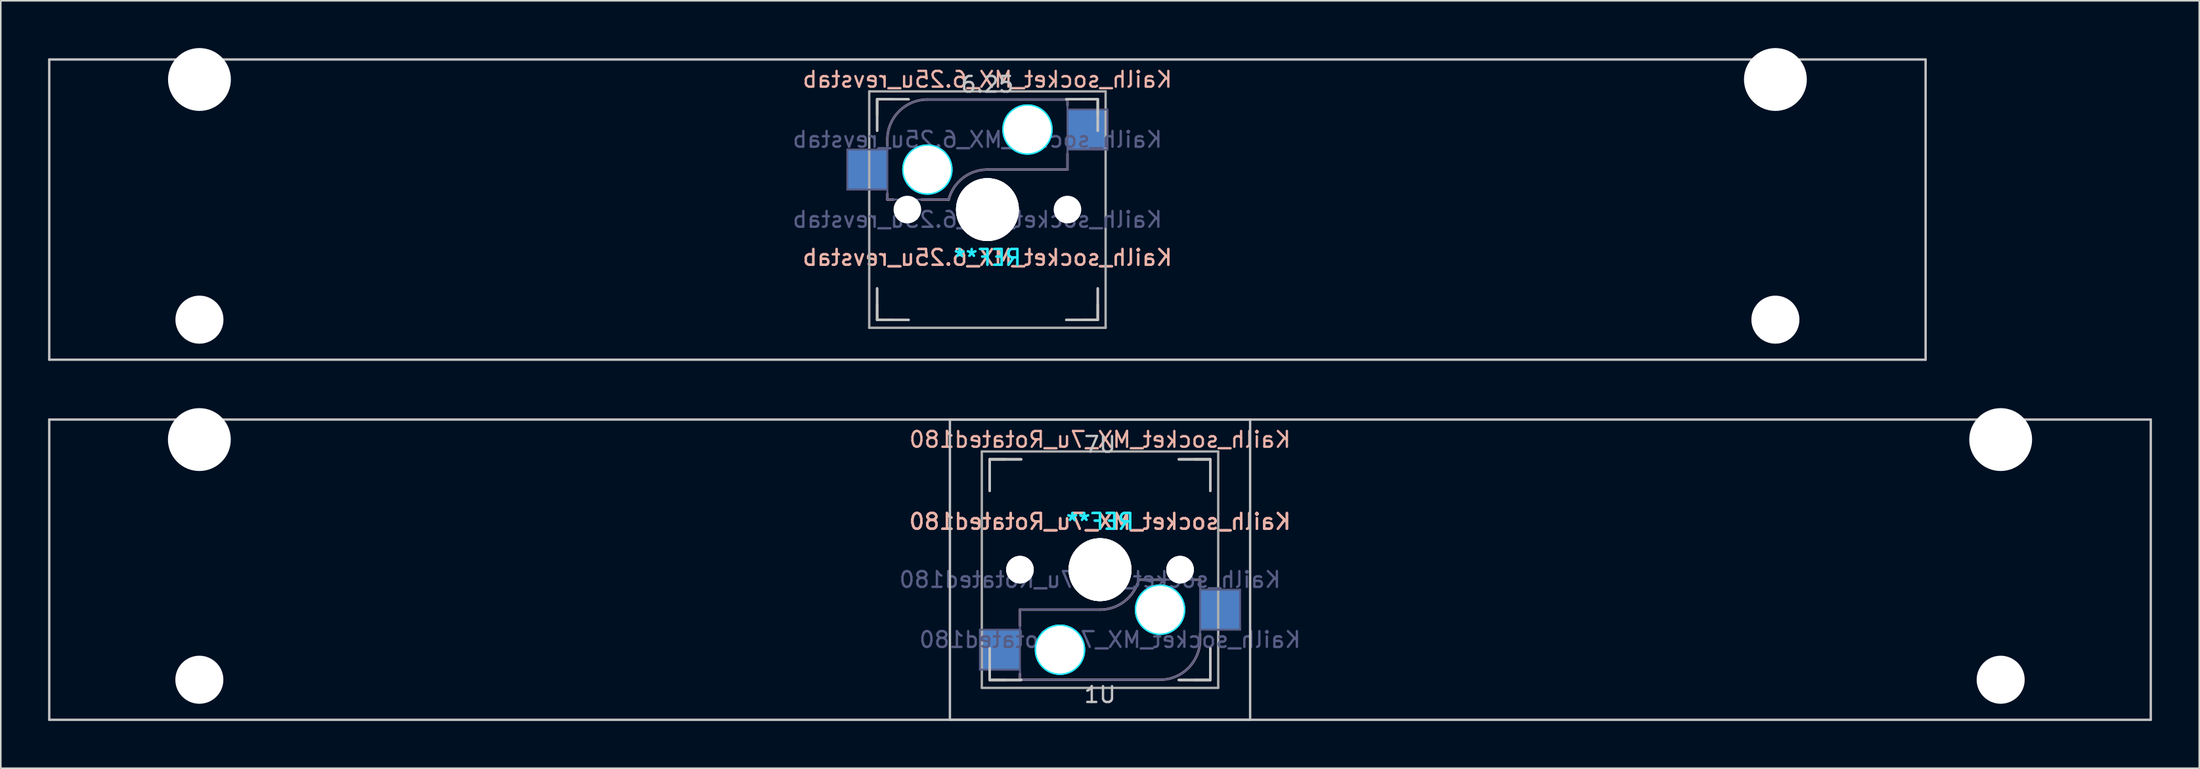
<source format=kicad_pcb>
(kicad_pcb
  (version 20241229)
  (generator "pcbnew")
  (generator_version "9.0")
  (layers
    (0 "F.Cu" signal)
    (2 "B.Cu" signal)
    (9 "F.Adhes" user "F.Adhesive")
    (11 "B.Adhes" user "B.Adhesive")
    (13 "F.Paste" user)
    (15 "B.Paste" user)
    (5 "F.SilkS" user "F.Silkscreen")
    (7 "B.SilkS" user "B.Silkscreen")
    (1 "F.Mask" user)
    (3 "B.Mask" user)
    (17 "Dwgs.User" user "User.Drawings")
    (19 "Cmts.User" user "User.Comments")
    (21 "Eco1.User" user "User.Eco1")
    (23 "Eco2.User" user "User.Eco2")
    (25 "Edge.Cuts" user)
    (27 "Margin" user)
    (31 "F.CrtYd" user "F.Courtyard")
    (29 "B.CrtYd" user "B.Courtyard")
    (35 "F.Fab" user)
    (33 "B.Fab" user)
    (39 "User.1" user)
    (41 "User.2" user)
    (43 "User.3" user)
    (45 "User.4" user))
  (footprint "Kailh_socket_MX_6.25u_revstab"
    (layer "F.Cu")
    (at 59.606 10.249)
    (property "Reference" "Kailh_socket_MX_6.25u_revstab" (at 0 -8.255 0) (layer "B.SilkS") (effects (font (size 1 1) (thickness 0.15)) (justify mirror)))
    (property "Value" "Kailh_socket_MX_6.25u_revstab" (at 0 8.255 0) (layer "F.Fab") (hide yes) (effects (font (size 1 1) (thickness 0.15))))
    (attr smd)
    (fp_line (start -7 -6) (end -7 -7) (stroke (width 0.15) (type solid)) (layer "F.SilkS"))
    (fp_line (start -7 7) (end -7 6) (stroke (width 0.15) (type solid)) (layer "F.SilkS"))
    (fp_line (start -7 7) (end -6 7) (stroke (width 0.15) (type solid)) (layer "F.SilkS"))
    (fp_line (start -6 -7) (end -7 -7) (stroke (width 0.15) (type solid)) (layer "F.SilkS"))
    (fp_line (start 6 7) (end 7 7) (stroke (width 0.15) (type solid)) (layer "F.SilkS"))
    (fp_line (start 7 -7) (end 6 -7) (stroke (width 0.15) (type solid)) (layer "F.SilkS"))
    (fp_line (start 7 -7) (end 7 -6) (stroke (width 0.15) (type solid)) (layer "F.SilkS"))
    (fp_line (start 7 6) (end 7 7) (stroke (width 0.15) (type solid)) (layer "F.SilkS"))
    (fp_line (start -6.35 -4.445) (end -6.35 -4.064) (stroke (width 0.15) (type solid)) (layer "B.SilkS"))
    (fp_line (start -6.35 -1.016) (end -6.35 -0.635) (stroke (width 0.15) (type solid)) (layer "B.SilkS"))
    (fp_line (start -5.969 -0.635) (end -6.35 -0.635) (stroke (width 0.15) (type solid)) (layer "B.SilkS"))
    (fp_line (start -3.81 -6.985) (end 5.08 -6.985) (stroke (width 0.15) (type solid)) (layer "B.SilkS"))
    (fp_line (start -2.464 -0.635) (end -4.191 -0.635) (stroke (width 0.15) (type solid)) (layer "B.SilkS"))
    (fp_line (start 5.08 -6.985) (end 5.08 -6.604) (stroke (width 0.15) (type solid)) (layer "B.SilkS"))
    (fp_line (start 5.08 -3.556) (end 5.08 -2.54) (stroke (width 0.15) (type solid)) (layer "B.SilkS"))
    (fp_line (start 5.08 -2.54) (end 0 -2.54) (stroke (width 0.15) (type solid)) (layer "B.SilkS"))
    (fp_arc (start -6.35 -4.445) (mid -5.606051 -6.241051) (end -3.81 -6.985) (stroke (width 0.15) (type solid)) (layer "B.SilkS"))
    (fp_arc (start -2.464162 -0.61604) (mid -1.563147 -2.002042) (end 0 -2.54) (stroke (width 0.15) (type solid)) (layer "B.SilkS"))
    (fp_line (start -59.531 -9.525) (end 59.531 -9.525) (stroke (width 0.15) (type solid)) (layer "Dwgs.User"))
    (fp_line (start -59.531 9.525) (end -59.531 -9.525) (stroke (width 0.15) (type solid)) (layer "Dwgs.User"))
    (fp_line (start -7 -7) (end -7 -5) (stroke (width 0.15) (type solid)) (layer "Dwgs.User"))
    (fp_line (start -7 -7) (end -7 -5) (stroke (width 0.15) (type solid)) (layer "Dwgs.User"))
    (fp_line (start -7 5) (end -7 7) (stroke (width 0.15) (type solid)) (layer "Dwgs.User"))
    (fp_line (start -7 5) (end -7 7) (stroke (width 0.15) (type solid)) (layer "Dwgs.User"))
    (fp_line (start -7 7) (end -5 7) (stroke (width 0.15) (type solid)) (layer "Dwgs.User"))
    (fp_line (start -7 7) (end -5 7) (stroke (width 0.15) (type solid)) (layer "Dwgs.User"))
    (fp_line (start -5 -7) (end -7 -7) (stroke (width 0.15) (type solid)) (layer "Dwgs.User"))
    (fp_line (start -5 -7) (end -7 -7) (stroke (width 0.15) (type solid)) (layer "Dwgs.User"))
    (fp_line (start 5 -7) (end 7 -7) (stroke (width 0.15) (type solid)) (layer "Dwgs.User"))
    (fp_line (start 5 -7) (end 7 -7) (stroke (width 0.15) (type solid)) (layer "Dwgs.User"))
    (fp_line (start 5 7) (end 7 7) (stroke (width 0.15) (type solid)) (layer "Dwgs.User"))
    (fp_line (start 5 7) (end 7 7) (stroke (width 0.15) (type solid)) (layer "Dwgs.User"))
    (fp_line (start 7 -7) (end 7 -5) (stroke (width 0.15) (type solid)) (layer "Dwgs.User"))
    (fp_line (start 7 -7) (end 7 -5) (stroke (width 0.15) (type solid)) (layer "Dwgs.User"))
    (fp_line (start 7 7) (end 7 5) (stroke (width 0.15) (type solid)) (layer "Dwgs.User"))
    (fp_line (start 7 7) (end 7 5) (stroke (width 0.15) (type solid)) (layer "Dwgs.User"))
    (fp_line (start 59.531 -9.525) (end 59.531 9.525) (stroke (width 0.15) (type solid)) (layer "Dwgs.User"))
    (fp_line (start 59.531 9.525) (end -59.531 9.525) (stroke (width 0.15) (type solid)) (layer "Dwgs.User"))
    (fp_line (start -6.9 6.9) (end -6.9 -6.9) (stroke (width 0.15) (type solid)) (layer "Eco2.User"))
    (fp_line (start -6.9 6.9) (end 6.9 6.9) (stroke (width 0.15) (type solid)) (layer "Eco2.User"))
    (fp_line (start 6.9 -6.9) (end -6.9 -6.9) (stroke (width 0.15) (type solid)) (layer "Eco2.User"))
    (fp_line (start 6.9 -6.9) (end 6.9 6.9) (stroke (width 0.15) (type solid)) (layer "Eco2.User"))
    (fp_circle (center -3.81 -2.54) (end -3.81 -4.064) (stroke (width 0.15) (type solid)) (fill no) (layer "B.CrtYd"))
    (fp_circle (center -3.81 -2.54) (end -3.81 -4.064) (stroke (width 0.15) (type solid)) (fill no) (layer "B.CrtYd"))
    (fp_circle (center 2.54 -5.08) (end 2.54 -6.604) (stroke (width 0.15) (type solid)) (fill no) (layer "B.CrtYd"))
    (fp_circle (center 2.54 -5.08) (end 2.54 -6.604) (stroke (width 0.15) (type solid)) (fill no) (layer "B.CrtYd"))
    (fp_line (start -8.89 -3.81) (end -6.35 -3.81) (stroke (width 0.12) (type solid)) (layer "B.Fab"))
    (fp_line (start -8.89 -1.27) (end -8.89 -3.81) (stroke (width 0.12) (type solid)) (layer "B.Fab"))
    (fp_line (start -6.35 -1.27) (end -8.89 -1.27) (stroke (width 0.12) (type solid)) (layer "B.Fab"))
    (fp_line (start -6.35 -0.635) (end -6.35 -4.445) (stroke (width 0.12) (type solid)) (layer "B.Fab"))
    (fp_line (start -6.35 -0.635) (end -2.54 -0.635) (stroke (width 0.12) (type solid)) (layer "B.Fab"))
    (fp_line (start -3.81 -6.985) (end 5.08 -6.985) (stroke (width 0.12) (type solid)) (layer "B.Fab"))
    (fp_line (start 5.08 -6.985) (end 5.08 -2.54) (stroke (width 0.12) (type solid)) (layer "B.Fab"))
    (fp_line (start 5.08 -6.35) (end 7.62 -6.35) (stroke (width 0.12) (type solid)) (layer "B.Fab"))
    (fp_line (start 5.08 -2.54) (end 0 -2.54) (stroke (width 0.12) (type solid)) (layer "B.Fab"))
    (fp_line (start 7.62 -6.35) (end 7.62 -3.81) (stroke (width 0.12) (type solid)) (layer "B.Fab"))
    (fp_line (start 7.62 -3.81) (end 5.08 -3.81) (stroke (width 0.12) (type solid)) (layer "B.Fab"))
    (fp_arc (start -6.35 -4.445) (mid -5.606051 -6.241051) (end -3.81 -6.985) (stroke (width 0.12) (type solid)) (layer "B.Fab"))
    (fp_arc (start -2.464162 -0.61604) (mid -1.563147 -2.002042) (end 0 -2.54) (stroke (width 0.12) (type solid)) (layer "B.Fab"))
    (fp_line (start -7.5 -7.5) (end 7.5 -7.5) (stroke (width 0.15) (type solid)) (layer "F.Fab"))
    (fp_line (start -7.5 7.5) (end -7.5 -7.5) (stroke (width 0.15) (type solid)) (layer "F.Fab"))
    (fp_line (start 7.5 -7.5) (end 7.5 7.5) (stroke (width 0.15) (type solid)) (layer "F.Fab"))
    (fp_line (start 7.5 7.5) (end -7.5 7.5) (stroke (width 0.15) (type solid)) (layer "F.Fab"))
    (fp_text user "${REFERENCE}" (at 0 3.048 0) (layer "B.SilkS") (effects (font (size 1 1) (thickness 0.15)) (justify mirror)))
    (fp_text user "${REFERENCE}" (at 0 3.048 0) (layer "B.SilkS") (effects (font (size 1 1) (thickness 0.15)) (justify mirror)))
    (fp_text user "6.25" (at 0 -7.938 0) (layer "Dwgs.User") (effects (font (size 1 1) (thickness 0.15))))
    (fp_text user "REF**" (at 0 3.048 0) (layer "B.CrtYd") (effects (font (size 1 1) (thickness 0.15)) (justify mirror)))
    (fp_text user "REF**" (at 0 3.048 0) (layer "B.CrtYd") (effects (font (size 1 1) (thickness 0.15)) (justify mirror)))
    (fp_text user "${REFERENCE}" (at -0.635 -4.445 0) (layer "B.Fab") (effects (font (size 1 1) (thickness 0.15)) (justify mirror)))
    (fp_text user "${VALUE}" (at -0.635 0.635 0) (layer "B.Fab") (effects (font (size 1 1) (thickness 0.15)) (justify mirror)))
    (pad "" np_thru_hole circle (at -50 -8.255) (size 3.988 3.988) (drill 3.988) (layers "*.Cu" "*.Mask"))
    (pad "" np_thru_hole circle (at -50 6.985) (size 3.048 3.048) (drill 3.048) (layers "*.Cu" "*.Mask"))
    (pad "" np_thru_hole circle (at -5.08 0) (size 1.702 1.702) (drill 1.702) (layers "*.Cu" "*.Mask"))
    (pad "" np_thru_hole circle (at -5.08 0 48.1) (size 1.75 1.75) (drill 1.75) (layers "*.Cu" "*.Mask"))
    (pad "" np_thru_hole circle (at -3.81 -2.54) (size 3 3) (drill 3) (layers "*.Cu" "*.Mask"))
    (pad "" np_thru_hole circle (at -3.81 -2.54) (size 3 3) (drill 3) (layers "*.Cu" "*.Mask"))
    (pad "" np_thru_hole circle (at 0 0) (size 3.988 3.988) (drill 3.988) (layers "*.Cu" "*.Mask"))
    (pad "" np_thru_hole circle (at 0 0) (size 3.988 3.988) (drill 3.988) (layers "*.Cu" "*.Mask"))
    (pad "" np_thru_hole circle (at 0 0) (size 3.988 3.988) (drill 3.988) (layers "*.Cu" "*.Mask"))
    (pad "" np_thru_hole circle (at 2.54 -5.08) (size 3 3) (drill 3) (layers "*.Cu" "*.Mask"))
    (pad "" np_thru_hole circle (at 2.54 -5.08) (size 3 3) (drill 3) (layers "*.Cu" "*.Mask"))
    (pad "" np_thru_hole circle (at 5.08 0) (size 1.702 1.702) (drill 1.702) (layers "*.Cu" "*.Mask"))
    (pad "" np_thru_hole circle (at 5.08 0 48.1) (size 1.75 1.75) (drill 1.75) (layers "*.Cu" "*.Mask"))
    (pad "" np_thru_hole circle (at 50 -8.255) (size 3.988 3.988) (drill 3.988) (layers "*.Cu" "*.Mask"))
    (pad "" np_thru_hole circle (at 50 6.985) (size 3.048 3.048) (drill 3.048) (layers "*.Cu" "*.Mask"))
    (pad "1" smd rect (at -7.62 -2.54) (size 2.55 2.5) (layers "B.Cu" "B.Mask" "B.Paste"))
    (pad "2" smd rect (at 6.35 -5.08) (size 2.55 2.5) (layers "B.Cu" "B.Mask" "B.Paste")))
  (footprint "Kailh_socket_MX_7u_Rotated180"
    (layer "F.Cu")
    (at 66.75 33.098)
    (property "Reference" "Kailh_socket_MX_7u_Rotated180" (at 0 -8.255 0) (layer "B.SilkS") (effects (font (size 1 1) (thickness 0.15)) (justify mirror)))
    (property "Value" "Kailh_socket_MX_7u_Rotated180" (at 0 8.255 0) (layer "F.Fab") (hide yes) (effects (font (size 1 1) (thickness 0.15))))
    (attr smd)
    (fp_line (start -7 -6) (end -7 -7) (stroke (width 0.15) (type solid)) (layer "F.SilkS"))
    (fp_line (start -7 7) (end -7 6) (stroke (width 0.15) (type solid)) (layer "F.SilkS"))
    (fp_line (start -7 7) (end -6 7) (stroke (width 0.15) (type solid)) (layer "F.SilkS"))
    (fp_line (start -6 -7) (end -7 -7) (stroke (width 0.15) (type solid)) (layer "F.SilkS"))
    (fp_line (start 6 7) (end 7 7) (stroke (width 0.15) (type solid)) (layer "F.SilkS"))
    (fp_line (start 7 -7) (end 6 -7) (stroke (width 0.15) (type solid)) (layer "F.SilkS"))
    (fp_line (start 7 -7) (end 7 -6) (stroke (width 0.15) (type solid)) (layer "F.SilkS"))
    (fp_line (start 7 6) (end 7 7) (stroke (width 0.15) (type solid)) (layer "F.SilkS"))
    (fp_line (start -5.08 2.54) (end 0 2.54) (stroke (width 0.15) (type solid)) (layer "B.SilkS"))
    (fp_line (start -5.08 3.556) (end -5.08 2.54) (stroke (width 0.15) (type solid)) (layer "B.SilkS"))
    (fp_line (start -5.08 6.985) (end -5.08 6.604) (stroke (width 0.15) (type solid)) (layer "B.SilkS"))
    (fp_line (start 2.464 0.635) (end 4.191 0.635) (stroke (width 0.15) (type solid)) (layer "B.SilkS"))
    (fp_line (start 3.81 6.985) (end -5.08 6.985) (stroke (width 0.15) (type solid)) (layer "B.SilkS"))
    (fp_line (start 5.969 0.635) (end 6.35 0.635) (stroke (width 0.15) (type solid)) (layer "B.SilkS"))
    (fp_line (start 6.35 1.016) (end 6.35 0.635) (stroke (width 0.15) (type solid)) (layer "B.SilkS"))
    (fp_line (start 6.35 4.445) (end 6.35 4.064) (stroke (width 0.15) (type solid)) (layer "B.SilkS"))
    (fp_arc (start 2.464162 0.61604) (mid 1.563147 2.002042) (end 0 2.54) (stroke (width 0.15) (type solid)) (layer "B.SilkS"))
    (fp_arc (start 6.35 4.445) (mid 5.606051 6.241051) (end 3.81 6.985) (stroke (width 0.15) (type solid)) (layer "B.SilkS"))
    (fp_line (start -66.675 -9.525) (end 66.675 -9.525) (stroke (width 0.15) (type solid)) (layer "Dwgs.User"))
    (fp_line (start -66.675 9.525) (end -66.675 -9.525) (stroke (width 0.15) (type solid)) (layer "Dwgs.User"))
    (fp_line (start -9.525 -9.525) (end 9.525 -9.525) (stroke (width 0.15) (type solid)) (layer "Dwgs.User"))
    (fp_line (start -9.525 9.525) (end -9.525 -9.525) (stroke (width 0.15) (type solid)) (layer "Dwgs.User"))
    (fp_line (start -7 -7) (end -7 -5) (stroke (width 0.15) (type solid)) (layer "Dwgs.User"))
    (fp_line (start -7 -7) (end -7 -5) (stroke (width 0.15) (type solid)) (layer "Dwgs.User"))
    (fp_line (start -7 -7) (end -7 -5) (stroke (width 0.15) (type solid)) (layer "Dwgs.User"))
    (fp_line (start -7 7) (end -7 5) (stroke (width 0.15) (type solid)) (layer "Dwgs.User"))
    (fp_line (start -7 7) (end -7 5) (stroke (width 0.15) (type solid)) (layer "Dwgs.User"))
    (fp_line (start -7 7) (end -7 5) (stroke (width 0.15) (type solid)) (layer "Dwgs.User"))
    (fp_line (start -5 -7) (end -7 -7) (stroke (width 0.15) (type solid)) (layer "Dwgs.User"))
    (fp_line (start -5 -7) (end -7 -7) (stroke (width 0.15) (type solid)) (layer "Dwgs.User"))
    (fp_line (start -5 -7) (end -7 -7) (stroke (width 0.15) (type solid)) (layer "Dwgs.User"))
    (fp_line (start -5 7) (end -7 7) (stroke (width 0.15) (type solid)) (layer "Dwgs.User"))
    (fp_line (start -5 7) (end -7 7) (stroke (width 0.15) (type solid)) (layer "Dwgs.User"))
    (fp_line (start -5 7) (end -7 7) (stroke (width 0.15) (type solid)) (layer "Dwgs.User"))
    (fp_line (start 5 7) (end 7 7) (stroke (width 0.15) (type solid)) (layer "Dwgs.User"))
    (fp_line (start 5 7) (end 7 7) (stroke (width 0.15) (type solid)) (layer "Dwgs.User"))
    (fp_line (start 5 7) (end 7 7) (stroke (width 0.15) (type solid)) (layer "Dwgs.User"))
    (fp_line (start 7 -7) (end 5 -7) (stroke (width 0.15) (type solid)) (layer "Dwgs.User"))
    (fp_line (start 7 -7) (end 5 -7) (stroke (width 0.15) (type solid)) (layer "Dwgs.User"))
    (fp_line (start 7 -7) (end 5 -7) (stroke (width 0.15) (type solid)) (layer "Dwgs.User"))
    (fp_line (start 7 -5) (end 7 -7) (stroke (width 0.15) (type solid)) (layer "Dwgs.User"))
    (fp_line (start 7 -5) (end 7 -7) (stroke (width 0.15) (type solid)) (layer "Dwgs.User"))
    (fp_line (start 7 -5) (end 7 -7) (stroke (width 0.15) (type solid)) (layer "Dwgs.User"))
    (fp_line (start 7 7) (end 7 5) (stroke (width 0.15) (type solid)) (layer "Dwgs.User"))
    (fp_line (start 7 7) (end 7 5) (stroke (width 0.15) (type solid)) (layer "Dwgs.User"))
    (fp_line (start 7 7) (end 7 5) (stroke (width 0.15) (type solid)) (layer "Dwgs.User"))
    (fp_line (start 9.525 -9.525) (end 9.525 9.525) (stroke (width 0.15) (type solid)) (layer "Dwgs.User"))
    (fp_line (start 9.525 9.525) (end -9.525 9.525) (stroke (width 0.15) (type solid)) (layer "Dwgs.User"))
    (fp_line (start 66.675 -9.525) (end 66.675 9.525) (stroke (width 0.15) (type solid)) (layer "Dwgs.User"))
    (fp_line (start 66.675 9.525) (end -66.675 9.525) (stroke (width 0.15) (type solid)) (layer "Dwgs.User"))
    (fp_line (start -6.9 6.9) (end -6.9 -6.9) (stroke (width 0.15) (type solid)) (layer "Eco2.User"))
    (fp_line (start -6.9 6.9) (end 6.9 6.9) (stroke (width 0.15) (type solid)) (layer "Eco2.User"))
    (fp_line (start 6.9 -6.9) (end -6.9 -6.9) (stroke (width 0.15) (type solid)) (layer "Eco2.User"))
    (fp_line (start 6.9 -6.9) (end 6.9 6.9) (stroke (width 0.15) (type solid)) (layer "Eco2.User"))
    (fp_circle (center -2.54 5.08) (end -2.54 6.604) (stroke (width 0.15) (type solid)) (fill no) (layer "B.CrtYd"))
    (fp_circle (center -2.54 5.08) (end -2.54 6.604) (stroke (width 0.15) (type solid)) (fill no) (layer "B.CrtYd"))
    (fp_circle (center -2.54 5.08) (end -2.54 6.604) (stroke (width 0.15) (type solid)) (fill no) (layer "B.CrtYd"))
    (fp_circle (center 3.81 2.54) (end 3.81 4.064) (stroke (width 0.15) (type solid)) (fill no) (layer "B.CrtYd"))
    (fp_circle (center 3.81 2.54) (end 3.81 4.064) (stroke (width 0.15) (type solid)) (fill no) (layer "B.CrtYd"))
    (fp_circle (center 3.81 2.54) (end 3.81 4.064) (stroke (width 0.15) (type solid)) (fill no) (layer "B.CrtYd"))
    (fp_line (start -7.62 3.81) (end -5.08 3.81) (stroke (width 0.12) (type solid)) (layer "B.Fab"))
    (fp_line (start -7.62 6.35) (end -7.62 3.81) (stroke (width 0.12) (type solid)) (layer "B.Fab"))
    (fp_line (start -5.08 2.54) (end 0 2.54) (stroke (width 0.12) (type solid)) (layer "B.Fab"))
    (fp_line (start -5.08 6.35) (end -7.62 6.35) (stroke (width 0.12) (type solid)) (layer "B.Fab"))
    (fp_line (start -5.08 6.985) (end -5.08 2.54) (stroke (width 0.12) (type solid)) (layer "B.Fab"))
    (fp_line (start 3.81 6.985) (end -5.08 6.985) (stroke (width 0.12) (type solid)) (layer "B.Fab"))
    (fp_line (start 6.35 0.635) (end 2.54 0.635) (stroke (width 0.12) (type solid)) (layer "B.Fab"))
    (fp_line (start 6.35 0.635) (end 6.35 4.445) (stroke (width 0.12) (type solid)) (layer "B.Fab"))
    (fp_line (start 6.35 1.27) (end 8.89 1.27) (stroke (width 0.12) (type solid)) (layer "B.Fab"))
    (fp_line (start 8.89 1.27) (end 8.89 3.81) (stroke (width 0.12) (type solid)) (layer "B.Fab"))
    (fp_line (start 8.89 3.81) (end 6.35 3.81) (stroke (width 0.12) (type solid)) (layer "B.Fab"))
    (fp_arc (start 2.464162 0.61604) (mid 1.563147 2.002042) (end 0 2.54) (stroke (width 0.12) (type solid)) (layer "B.Fab"))
    (fp_arc (start 6.35 4.445) (mid 5.606051 6.241051) (end 3.81 6.985) (stroke (width 0.12) (type solid)) (layer "B.Fab"))
    (fp_line (start -7.5 -7.5) (end 7.5 -7.5) (stroke (width 0.15) (type solid)) (layer "F.Fab"))
    (fp_line (start -7.5 7.5) (end -7.5 -7.5) (stroke (width 0.15) (type solid)) (layer "F.Fab"))
    (fp_line (start 7.5 -7.5) (end 7.5 7.5) (stroke (width 0.15) (type solid)) (layer "F.Fab"))
    (fp_line (start 7.5 7.5) (end -7.5 7.5) (stroke (width 0.15) (type solid)) (layer "F.Fab"))
    (fp_text user "${REFERENCE}" (at 0 -3.048 180) (layer "B.SilkS") (effects (font (size 1 1) (thickness 0.15)) (justify mirror)))
    (fp_text user "${REFERENCE}" (at 0 -3.048 180) (layer "B.SilkS") (effects (font (size 1 1) (thickness 0.15)) (justify mirror)))
    (fp_text user "${REFERENCE}" (at 0 -3.048 180) (layer "B.SilkS") (effects (font (size 1 1) (thickness 0.15)) (justify mirror)))
    (fp_text user "7U" (at 0 -7.938 0) (layer "Dwgs.User") (effects (font (size 1 1) (thickness 0.15))))
    (fp_text user "1U" (at 0 7.938 180) (layer "Dwgs.User") (effects (font (size 1 1) (thickness 0.15))))
    (fp_text user "REF**" (at 0 -3.048 180) (layer "B.CrtYd") (effects (font (size 1 1) (thickness 0.15)) (justify mirror)))
    (fp_text user "REF**" (at 0 -3.048 180) (layer "B.CrtYd") (effects (font (size 1 1) (thickness 0.15)) (justify mirror)))
    (fp_text user "REF**" (at 0 -3.048 180) (layer "B.CrtYd") (effects (font (size 1 1) (thickness 0.15)) (justify mirror)))
    (fp_text user "${REFERENCE}" (at 0.635 4.445 180) (layer "B.Fab") (effects (font (size 1 1) (thickness 0.15)) (justify mirror)))
    (fp_text user "${VALUE}" (at -0.635 0.635 0) (layer "B.Fab") (effects (font (size 1 1) (thickness 0.15)) (justify mirror)))
    (pad "" np_thru_hole circle (at -57.15 -8.255) (size 3.988 3.988) (drill 3.988) (layers "*.Cu" "*.Mask"))
    (pad "" np_thru_hole circle (at -57.15 6.985) (size 3.048 3.048) (drill 3.048) (layers "*.Cu" "*.Mask"))
    (pad "" np_thru_hole circle (at -5.08 0 180) (size 1.702 1.702) (drill 1.702) (layers "*.Cu" "*.Mask"))
    (pad "" np_thru_hole circle (at -5.08 0 228.1) (size 1.75 1.75) (drill 1.75) (layers "*.Cu" "*.Mask"))
    (pad "" np_thru_hole circle (at -5.08 0 228.1) (size 1.75 1.75) (drill 1.75) (layers "*.Cu" "*.Mask"))
    (pad "" np_thru_hole circle (at -2.54 5.08 180) (size 3 3) (drill 3) (layers "*.Cu" "*.Mask"))
    (pad "" np_thru_hole circle (at -2.54 5.08 180) (size 3 3) (drill 3) (layers "*.Cu" "*.Mask"))
    (pad "" np_thru_hole circle (at -2.54 5.08 180) (size 3 3) (drill 3) (layers "*.Cu" "*.Mask"))
    (pad "" np_thru_hole circle (at 0 0 180) (size 3.988 3.988) (drill 3.988) (layers "*.Cu" "*.Mask"))
    (pad "" np_thru_hole circle (at 0 0 180) (size 3.988 3.988) (drill 3.988) (layers "*.Cu" "*.Mask"))
    (pad "" np_thru_hole circle (at 0 0 180) (size 3.988 3.988) (drill 3.988) (layers "*.Cu" "*.Mask"))
    (pad "" np_thru_hole circle (at 0 0 180) (size 3.988 3.988) (drill 3.988) (layers "*.Cu" "*.Mask"))
    (pad "" np_thru_hole circle (at 3.81 2.54 180) (size 3 3) (drill 3) (layers "*.Cu" "*.Mask"))
    (pad "" np_thru_hole circle (at 3.81 2.54 180) (size 3 3) (drill 3) (layers "*.Cu" "*.Mask"))
    (pad "" np_thru_hole circle (at 3.81 2.54 180) (size 3 3) (drill 3) (layers "*.Cu" "*.Mask"))
    (pad "" np_thru_hole circle (at 5.08 0 180) (size 1.702 1.702) (drill 1.702) (layers "*.Cu" "*.Mask"))
    (pad "" np_thru_hole circle (at 5.08 0 228.1) (size 1.75 1.75) (drill 1.75) (layers "*.Cu" "*.Mask"))
    (pad "" np_thru_hole circle (at 5.08 0 228.1) (size 1.75 1.75) (drill 1.75) (layers "*.Cu" "*.Mask"))
    (pad "" np_thru_hole circle (at 57.15 -8.255) (size 3.988 3.988) (drill 3.988) (layers "*.Cu" "*.Mask"))
    (pad "" np_thru_hole circle (at 57.15 6.985) (size 3.048 3.048) (drill 3.048) (layers "*.Cu" "*.Mask"))
    (pad "1" smd rect (at 7.62 2.54 180) (size 2.55 2.5) (layers "B.Cu" "B.Mask" "B.Paste"))
    (pad "2" smd rect (at -6.35 5.08 180) (size 2.55 2.5) (layers "B.Cu" "B.Mask" "B.Paste")))
  (gr_rect
    (start -3 -3)
    (end 136.5 45.698)
    (stroke (width 0.1) (type default))
    (fill no)
    (layer "Edge.Cuts")))
</source>
